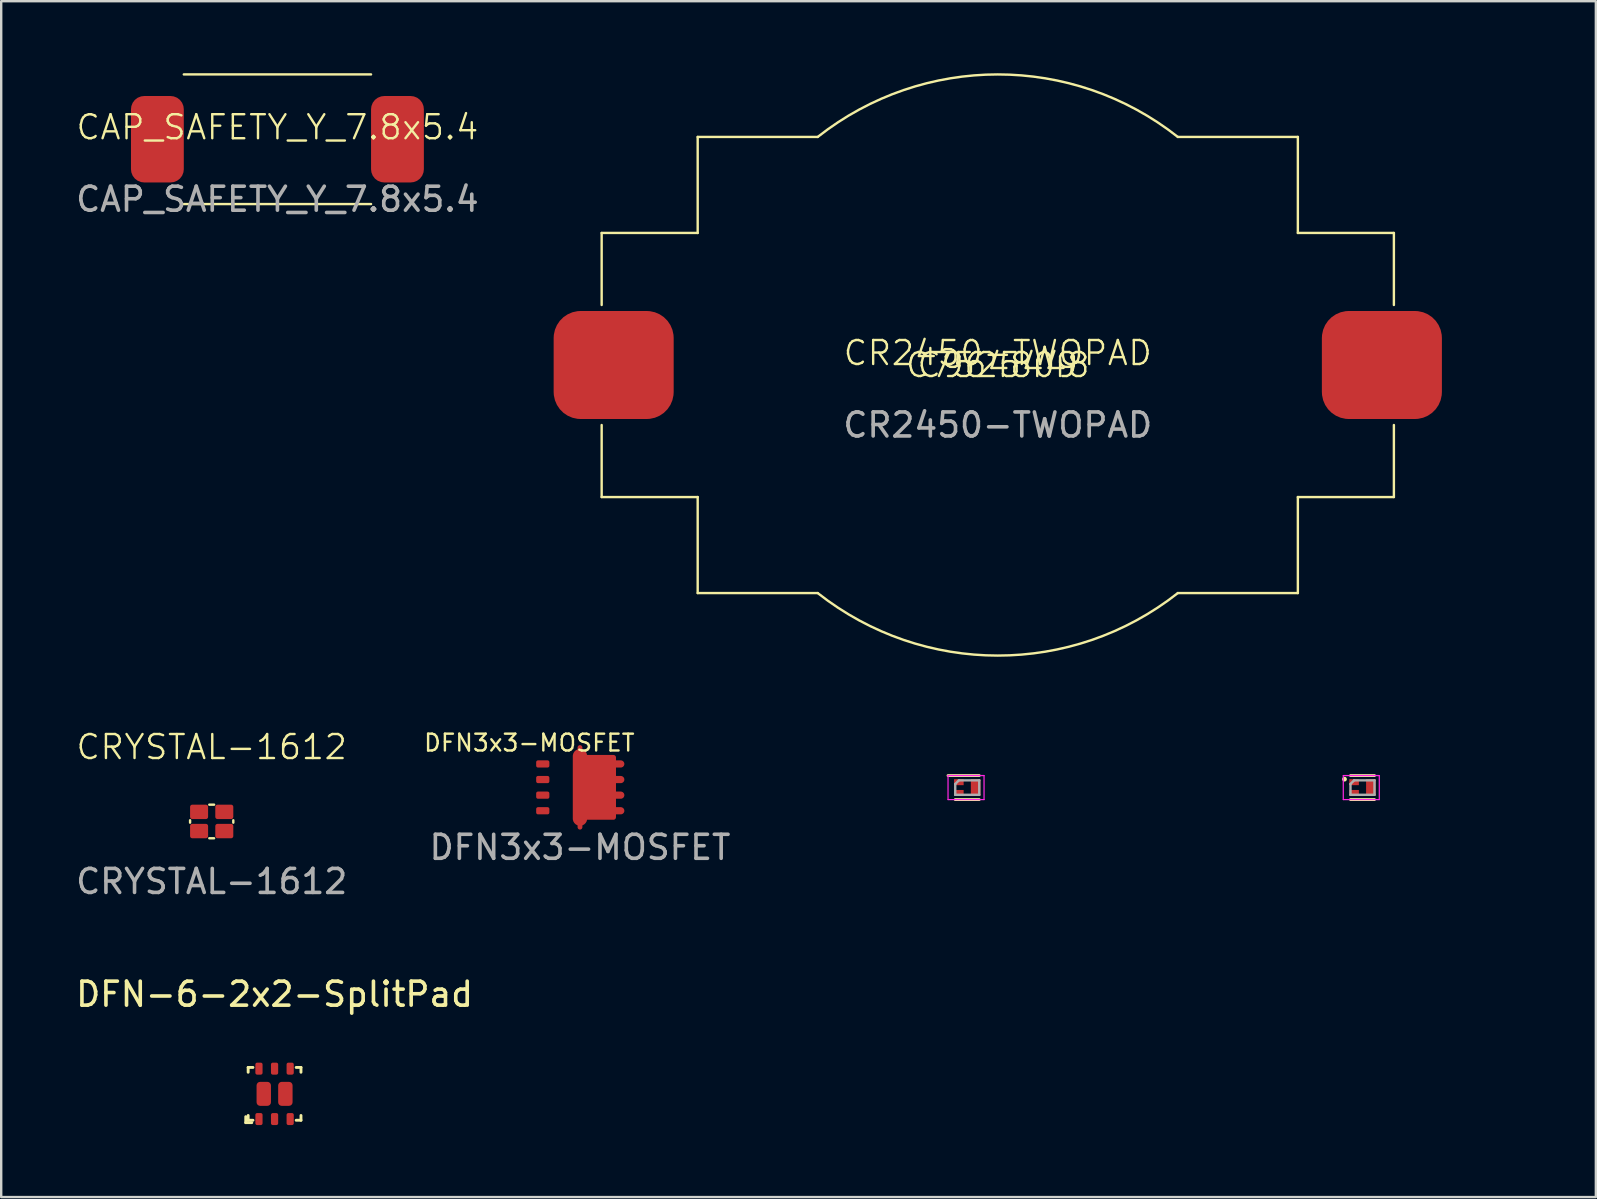
<source format=kicad_pcb>
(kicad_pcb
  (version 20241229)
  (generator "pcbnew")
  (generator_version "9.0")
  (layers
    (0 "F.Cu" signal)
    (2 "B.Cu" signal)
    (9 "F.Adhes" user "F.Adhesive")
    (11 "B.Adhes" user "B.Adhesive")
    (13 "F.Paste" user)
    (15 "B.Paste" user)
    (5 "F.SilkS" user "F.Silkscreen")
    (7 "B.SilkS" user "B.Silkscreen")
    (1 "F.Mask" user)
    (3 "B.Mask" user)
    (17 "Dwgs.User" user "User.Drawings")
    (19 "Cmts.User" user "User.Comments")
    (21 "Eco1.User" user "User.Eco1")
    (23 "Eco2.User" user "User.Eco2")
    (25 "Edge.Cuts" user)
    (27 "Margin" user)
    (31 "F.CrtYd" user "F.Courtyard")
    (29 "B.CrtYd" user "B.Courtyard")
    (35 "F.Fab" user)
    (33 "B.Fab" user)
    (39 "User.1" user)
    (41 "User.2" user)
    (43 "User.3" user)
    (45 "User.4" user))
  (footprint "DFN-6-2x2-SplitPad"
    (layer "F.Cu")
    (at 8.387 42.514)
    (property "Reference" "DFN-6-2x2-SplitPad" (at 0 -4.15 0) (unlocked yes) (layer "F.SilkS") (effects (font (size 1 1) (thickness 0.15))))
    (attr smd)
    (fp_line (start -1.2 0.95) (end -1.2 1.2) (stroke (width 0.12) (type solid)) (layer "F.SilkS"))
    (fp_line (start -1.2 1.2) (end -0.95 1.2) (stroke (width 0.12) (type solid)) (layer "F.SilkS"))
    (fp_line (start -1.1 -1.1) (end -1.1 -0.9) (stroke (width 0.12) (type solid)) (layer "F.SilkS"))
    (fp_line (start -1.1 -1.1) (end -0.9 -1.1) (stroke (width 0.12) (type solid)) (layer "F.SilkS"))
    (fp_line (start -1.1 1.1) (end -1.1 0.9) (stroke (width 0.12) (type solid)) (layer "F.SilkS"))
    (fp_line (start -1.1 1.1) (end -0.9 1.1) (stroke (width 0.12) (type solid)) (layer "F.SilkS"))
    (fp_line (start 1.1 -1.1) (end 0.9 -1.1) (stroke (width 0.12) (type solid)) (layer "F.SilkS"))
    (fp_line (start 1.1 -1.1) (end 1.1 -0.9) (stroke (width 0.12) (type solid)) (layer "F.SilkS"))
    (fp_line (start 1.1 1.1) (end 0.9 1.1) (stroke (width 0.12) (type solid)) (layer "F.SilkS"))
    (fp_line (start 1.1 1.1) (end 1.1 0.9) (stroke (width 0.12) (type solid)) (layer "F.SilkS"))
    (pad "1" smd roundrect (at -0.65 1.05) (size 0.3 0.5) (layers "F.Cu" "F.Mask" "F.Paste") (roundrect_rratio 0.25))
    (pad "2" smd roundrect (at 0 1.05) (size 0.3 0.5) (layers "F.Cu" "F.Mask" "F.Paste") (roundrect_rratio 0.25))
    (pad "3" smd roundrect (at 0.65 1.05) (size 0.3 0.5) (layers "F.Cu" "F.Mask" "F.Paste") (roundrect_rratio 0.25))
    (pad "4" smd roundrect (at 0.65 -1.05) (size 0.3 0.5) (layers "F.Cu" "F.Mask" "F.Paste") (roundrect_rratio 0.25))
    (pad "5" smd roundrect (at 0 -1.05) (size 0.3 0.5) (layers "F.Cu" "F.Mask" "F.Paste") (roundrect_rratio 0.25))
    (pad "6" smd roundrect (at -0.65 -1.05) (size 0.3 0.5) (layers "F.Cu" "F.Mask" "F.Paste") (roundrect_rratio 0.25))
    (pad "7" smd roundrect (at -0.45 0) (size 0.6 1) (layers "F.Cu" "F.Mask" "F.Paste") (roundrect_rratio 0.25))
    (pad "8" smd roundrect (at 0.45 0) (size 0.6 1) (layers "F.Cu" "F.Mask" "F.Paste") (roundrect_rratio 0.25)))
  (footprint "CAP_SAFETY_Y_7.8x5.4"
    (layer "F.Cu")
    (at 8.506 2.75)
    (property "Reference" "CAP_SAFETY_Y_7.8x5.4" (at 0 -0.5 0) (unlocked yes) (layer "F.SilkS") (effects (font (size 1 1) (thickness 0.1))))
    (attr smd)
    (fp_line (start -3.9 -2.7) (end 3.9 -2.7) (stroke (width 0.1) (type default)) (layer "F.SilkS"))
    (fp_line (start -3.9 2.7) (end 3.9 2.7) (stroke (width 0.1) (type default)) (layer "F.SilkS"))
    (fp_text user "${REFERENCE}" (at 0 2.5 0) (unlocked yes) (layer "F.Fab") (effects (font (size 1 1) (thickness 0.15))))
    (pad "1" smd roundrect (at -5 0 180) (size 2.2 3.6) (layers "F.Cu" "F.Mask" "F.Paste") (roundrect_rratio 0.25))
    (pad "2" smd roundrect (at 5 0 180) (size 2.2 3.6) (layers "F.Cu" "F.Mask" "F.Paste") (roundrect_rratio 0.25)))
  (footprint "CRYSTAL-1612"
    (layer "F.Cu")
    (at 5.768 31.168)
    (property "Reference" "CRYSTAL-1612" (at 0 -3.1 0) (unlocked yes) (layer "F.SilkS") (effects (font (size 1 1) (thickness 0.1))))
    (attr smd)
    (fp_line (start -0.9 -0.05) (end -0.9 0.05) (stroke (width 0.1) (type default)) (layer "F.SilkS"))
    (fp_line (start -0.1 -0.7) (end 0.1 -0.7) (stroke (width 0.1) (type default)) (layer "F.SilkS"))
    (fp_line (start -0.1 0.7) (end 0.1 0.7) (stroke (width 0.1) (type default)) (layer "F.SilkS"))
    (fp_line (start 0.9 -0.05) (end 0.9 0.05) (stroke (width 0.1) (type default)) (layer "F.SilkS"))
    (fp_text user "${REFERENCE}" (at 0 2.5 0) (unlocked yes) (layer "F.Fab") (effects (font (size 1 1) (thickness 0.15))))
    (pad "1" smd roundrect (at -0.525 0.4) (size 0.75 0.6) (layers "F.Cu" "F.Mask" "F.Paste") (roundrect_rratio 0.15))
    (pad "2" smd roundrect (at 0.525 0.4) (size 0.75 0.6) (layers "F.Cu" "F.Mask" "F.Paste") (roundrect_rratio 0.15))
    (pad "3" smd roundrect (at 0.525 -0.4) (size 0.75 0.6) (layers "F.Cu" "F.Mask" "F.Paste") (roundrect_rratio 0.15))
    (pad "4" smd roundrect (at -0.525 -0.4) (size 0.75 0.6) (layers "F.Cu" "F.Mask" "F.Paste") (roundrect_rratio 0.15)))
  (footprint "DFN1006-3-PCH"
    (layer "F.Cu")
    (at 53.704 29.756)
    (property "Reference" "DFN1006-3-PCH" (at 0 -1.6 0) (layer "User.3") (effects (font (size 1 1) (thickness 0.15))))
    (attr smd)
    (fp_line (start -0.5 -0.5) (end 0.5 -0.5) (stroke (width 0.12) (type default)) (layer "F.SilkS"))
    (fp_line (start -0.5 0.5) (end 0.5 0.5) (stroke (width 0.12) (type default)) (layer "F.SilkS"))
    (fp_circle (center -0.75 -0.35) (end -0.7 -0.35) (stroke (width 0.1) (type solid)) (fill no) (layer "F.SilkS"))
    (fp_line (start -0.8 -0.5) (end 0.7 -0.5) (stroke (width 0.05) (type solid)) (layer "F.CrtYd"))
    (fp_line (start -0.8 0.5) (end -0.8 -0.5) (stroke (width 0.05) (type solid)) (layer "F.CrtYd"))
    (fp_line (start 0.7 -0.5) (end 0.7 0.5) (stroke (width 0.05) (type solid)) (layer "F.CrtYd"))
    (fp_line (start 0.7 0.5) (end -0.8 0.5) (stroke (width 0.05) (type solid)) (layer "F.CrtYd"))
    (fp_line (start -0.5 0.3) (end -0.5 -0.15) (stroke (width 0.1) (type solid)) (layer "F.Fab"))
    (fp_line (start -0.35 -0.3) (end -0.5 -0.15) (stroke (width 0.1) (type solid)) (layer "F.Fab"))
    (fp_line (start -0.35 -0.3) (end 0.5 -0.3) (stroke (width 0.1) (type solid)) (layer "F.Fab"))
    (fp_line (start 0.5 -0.3) (end 0.5 0.3) (stroke (width 0.1) (type solid)) (layer "F.Fab"))
    (fp_line (start 0.5 0.3) (end -0.5 0.3) (stroke (width 0.1) (type solid)) (layer "F.Fab"))
    (fp_text user "${REFERENCE}" (at 0 -1 0) (layer "User.3") (effects (font (size 0.5 0.5) (thickness 0.075))))
    (pad "1" smd rect (at -0.35 -0.225 270) (size 0.25 0.4) (layers "F.Cu" "F.Mask" "F.Paste"))
    (pad "2" smd rect (at -0.35 0.225 270) (size 0.25 0.4) (layers "F.Cu" "F.Mask" "F.Paste"))
    (pad "3" smd rect (at 0.35 0 270) (size 0.7 0.4) (layers "F.Cu" "F.Mask" "F.Paste")))
  (footprint "DFN1006-3-NCH"
    (layer "F.Cu")
    (at 37.24 29.756)
    (property "Reference" "DFN1006-3-NCH" (at 0 -1.6 0) (layer "User.3") (effects (font (size 1 1) (thickness 0.15))))
    (attr smd)
    (fp_line (start -0.8 -0.5) (end 0.5 -0.5) (stroke (width 0.12) (type default)) (layer "F.SilkS"))
    (fp_line (start -0.5 0.5) (end 0.5 0.5) (stroke (width 0.12) (type default)) (layer "F.SilkS"))
    (fp_line (start -0.8 -0.5) (end 0.7 -0.5) (stroke (width 0.05) (type solid)) (layer "F.CrtYd"))
    (fp_line (start -0.8 0.5) (end -0.8 -0.5) (stroke (width 0.05) (type solid)) (layer "F.CrtYd"))
    (fp_line (start 0.7 -0.5) (end 0.7 0.5) (stroke (width 0.05) (type solid)) (layer "F.CrtYd"))
    (fp_line (start 0.7 0.5) (end -0.8 0.5) (stroke (width 0.05) (type solid)) (layer "F.CrtYd"))
    (fp_line (start -0.5 0.3) (end -0.5 -0.15) (stroke (width 0.1) (type solid)) (layer "F.Fab"))
    (fp_line (start -0.35 -0.3) (end -0.5 -0.15) (stroke (width 0.1) (type solid)) (layer "F.Fab"))
    (fp_line (start -0.35 -0.3) (end 0.5 -0.3) (stroke (width 0.1) (type solid)) (layer "F.Fab"))
    (fp_line (start 0.5 -0.3) (end 0.5 0.3) (stroke (width 0.1) (type solid)) (layer "F.Fab"))
    (fp_line (start 0.5 0.3) (end -0.5 0.3) (stroke (width 0.1) (type solid)) (layer "F.Fab"))
    (fp_text user "${REFERENCE}" (at 0 -1 0) (layer "User.3") (effects (font (size 0.5 0.5) (thickness 0.075))))
    (pad "1" smd rect (at -0.35 -0.225 270) (size 0.25 0.4) (layers "F.Cu" "F.Mask" "F.Paste"))
    (pad "2" smd rect (at -0.35 0.225 270) (size 0.25 0.4) (layers "F.Cu" "F.Mask" "F.Paste"))
    (pad "3" smd rect (at 0.35 0 270) (size 0.7 0.4) (layers "F.Cu" "F.Mask" "F.Paste")))
  (footprint "CR2450-TWOPAD"
    (layer "F.Cu")
    (at 38.512 12.154)
    (property "Reference" "CR2450-TWOPAD" (at 0 -0.5 0) (unlocked yes) (layer "F.SilkS") (effects (font (size 1 1) (thickness 0.1))))
    (property "LCSC" "C964809" (at 0 0 0) (layer "F.SilkS") (effects (font (size 1 1) (thickness 0.1))))
    (property "LCSC_ALT" "C7525448" (at 0 0 0) (layer "F.SilkS") (effects (font (size 1 1) (thickness 0.1))))
    (attr smd)
    (fp_line (start -16.5 -5.5) (end -12.5 -5.5) (stroke (width 0.1) (type default)) (layer "F.SilkS"))
    (fp_line (start -16.5 -2.5) (end -16.5 -5.5) (stroke (width 0.1) (type default)) (layer "F.SilkS"))
    (fp_line (start -16.5 5.5) (end -16.5 2.5) (stroke (width 0.1) (type default)) (layer "F.SilkS"))
    (fp_line (start -12.5 -9.5) (end -7.5 -9.5) (stroke (width 0.1) (type default)) (layer "F.SilkS"))
    (fp_line (start -12.5 -5.5) (end -12.5 -9.5) (stroke (width 0.1) (type default)) (layer "F.SilkS"))
    (fp_line (start -12.5 5.5) (end -16.5 5.5) (stroke (width 0.1) (type default)) (layer "F.SilkS"))
    (fp_line (start -12.5 9.5) (end -12.5 5.5) (stroke (width 0.1) (type default)) (layer "F.SilkS"))
    (fp_line (start -7.5 9.5) (end -12.5 9.5) (stroke (width 0.1) (type default)) (layer "F.SilkS"))
    (fp_line (start 7.5 -9.5) (end 12.5 -9.5) (stroke (width 0.1) (type default)) (layer "F.SilkS"))
    (fp_line (start 7.5 9.5) (end 12.5 9.5) (stroke (width 0.1) (type default)) (layer "F.SilkS"))
    (fp_line (start 12.5 -9.5) (end 12.5 -5.5) (stroke (width 0.1) (type default)) (layer "F.SilkS"))
    (fp_line (start 12.5 -5.5) (end 16.5 -5.5) (stroke (width 0.1) (type default)) (layer "F.SilkS"))
    (fp_line (start 12.5 5.5) (end 12.5 9.5) (stroke (width 0.1) (type default)) (layer "F.SilkS"))
    (fp_line (start 16.5 -5.5) (end 16.5 -2.5) (stroke (width 0.1) (type default)) (layer "F.SilkS"))
    (fp_line (start 16.5 2.5) (end 16.5 5.5) (stroke (width 0.1) (type default)) (layer "F.SilkS"))
    (fp_line (start 16.5 5.5) (end 12.5 5.5) (stroke (width 0.1) (type default)) (layer "F.SilkS"))
    (fp_arc (start -7.5 -9.5) (mid 0 -12.103718) (end 7.5 -9.5) (stroke (width 0.1) (type default)) (layer "F.SilkS"))
    (fp_arc (start 7.5 9.5) (mid 0 12.103718) (end -7.5 9.5) (stroke (width 0.1) (type default)) (layer "F.SilkS"))
    (fp_text user "${REFERENCE}" (at 0 2.5 0) (unlocked yes) (layer "F.Fab") (effects (font (size 1 1) (thickness 0.15))))
    (pad "1" smd roundrect (at -16 0 90) (size 4.5 5) (layers "F.Cu" "F.Mask" "F.Paste") (roundrect_rratio 0.25))
    (pad "2" smd roundrect (at 16 0 90) (size 4.5 5) (layers "F.Cu" "F.Mask" "F.Paste") (roundrect_rratio 0.25)))
  (footprint "DFN3x3-MOSFET"
    (layer "F.Cu")
    (at 21.109 29.747)
    (property "Reference" "DFN3x3-MOSFET" (at -2.11 -1.855 0) (unlocked yes) (layer "F.SilkS") (effects (font (size 0.7 0.7) (thickness 0.1))))
    (attr smd)
    (fp_text user "${REFERENCE}" (at 0 2.5 0) (unlocked yes) (layer "F.Fab") (effects (font (size 1 1) (thickness 0.15))))
    (pad "1" smd roundrect (at -1.55 -0.975) (size 0.55 0.3) (layers "F.Cu" "F.Mask" "F.Paste") (roundrect_rratio 0.25))
    (pad "1" smd roundrect (at -1.55 -0.325) (size 0.55 0.3) (layers "F.Cu" "F.Mask" "F.Paste") (roundrect_rratio 0.25))
    (pad "1" smd roundrect (at -1.55 0.325) (size 0.55 0.3) (layers "F.Cu" "F.Mask" "F.Paste") (roundrect_rratio 0.25))
    (pad "2" smd roundrect (at -1.55 0.975) (size 0.55 0.3) (layers "F.Cu" "F.Mask" "F.Paste") (roundrect_rratio 0.25))
    (pad "3" smd custom (at 0 0 270) (size 0.4 0.3) (layers "F.Cu" "F.Mask" "F.Paste") (options (anchor rect)) (primitives (gr_line (start -1.66 0) (end 1.66 0) (width 0.2)) (gr_line (start 1.3 0) (end -1.3 0) (width 0.6)) (gr_poly (pts (xy 1.25 0) (xy 1.25 -1.4) (xy -1.25 -1.4) (xy -1.25 0)) (width 0.2) (fill yes)) (gr_line (start 0.975 -1.7) (end 0.975 0) (width 0.3)) (gr_line (start 0.325 -1.7) (end 0.325 0) (width 0.3)) (gr_line (start -0.325 -1.7) (end -0.325 0) (width 0.3)) (gr_line (start -0.975 -1.7) (end -0.975 0) (width 0.3)))))
  (gr_rect
    (start -3 -3)
    (end 63.425 46.814)
    (stroke (width 0.1) (type default))
    (fill no)
    (layer "Edge.Cuts")))
</source>
